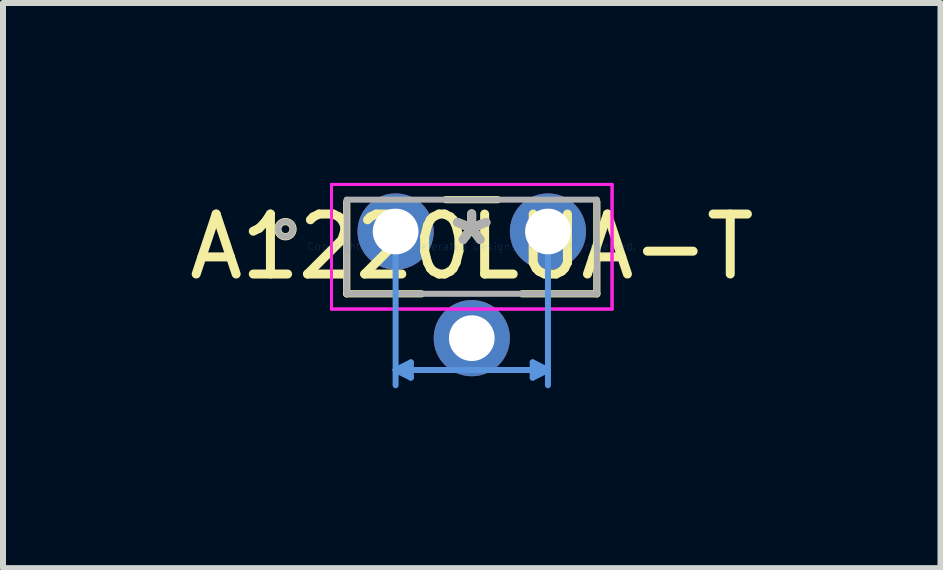
<source format=kicad_pcb>
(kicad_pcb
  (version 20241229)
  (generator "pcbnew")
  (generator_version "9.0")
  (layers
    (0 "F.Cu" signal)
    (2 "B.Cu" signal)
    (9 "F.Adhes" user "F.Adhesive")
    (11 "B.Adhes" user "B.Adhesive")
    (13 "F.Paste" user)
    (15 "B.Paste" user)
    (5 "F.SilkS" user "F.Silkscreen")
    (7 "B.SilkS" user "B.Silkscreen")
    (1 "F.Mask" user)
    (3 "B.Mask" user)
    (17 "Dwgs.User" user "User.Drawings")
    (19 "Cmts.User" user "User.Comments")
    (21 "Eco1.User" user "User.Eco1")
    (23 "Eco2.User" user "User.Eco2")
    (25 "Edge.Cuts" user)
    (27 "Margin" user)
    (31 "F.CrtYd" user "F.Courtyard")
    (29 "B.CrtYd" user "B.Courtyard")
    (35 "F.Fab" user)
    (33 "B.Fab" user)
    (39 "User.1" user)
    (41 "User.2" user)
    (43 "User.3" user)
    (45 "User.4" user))
  (footprint "A1220LUA-T"
    (layer "F.Cu")
    (at 4.814 1.06)
    (property "Reference" "A1220LUA-T" (at 0.002 0.004 0) (layer "F.SilkS") (effects (font (size 1 1) (thickness 0.15))))
    (attr through_hole)
    (fp_line (start -2.083 -0.744) (end -2.083 0.789) (stroke (width 0.12) (type solid)) (layer "F.SilkS"))
    (fp_line (start -2.083 0.789) (end -0.836 0.789) (stroke (width 0.12) (type solid)) (layer "F.SilkS"))
    (fp_line (start 0.434 -0.781) (end -0.431 -0.781) (stroke (width 0.12) (type solid)) (layer "F.SilkS"))
    (fp_line (start 0.839 0.789) (end 2.087 0.789) (stroke (width 0.12) (type solid)) (layer "F.SilkS"))
    (fp_line (start 2.087 0.789) (end 2.087 -0.744) (stroke (width 0.12) (type solid)) (layer "F.SilkS"))
    (fp_circle (center -3.105 -0.289) (end -2.978 -0.289) (stroke (width 0.12) (type solid)) (fill no) (layer "F.SilkS"))
    (fp_line (start -1.268 -0.377) (end -1.268 2.313) (stroke (width 0.1) (type solid)) (layer "Cmts.User"))
    (fp_line (start -1.268 2.059) (end -1.014 1.932) (stroke (width 0.1) (type solid)) (layer "Cmts.User"))
    (fp_line (start -1.014 1.932) (end -1.014 2.186) (stroke (width 0.1) (type solid)) (layer "Cmts.User"))
    (fp_line (start -1.014 2.186) (end -1.268 2.059) (stroke (width 0.1) (type solid)) (layer "Cmts.User"))
    (fp_line (start 1.018 1.932) (end 1.018 2.186) (stroke (width 0.1) (type solid)) (layer "Cmts.User"))
    (fp_line (start 1.018 2.186) (end 1.272 2.059) (stroke (width 0.1) (type solid)) (layer "Cmts.User"))
    (fp_line (start 1.272 -0.377) (end 1.272 2.313) (stroke (width 0.1) (type solid)) (layer "Cmts.User"))
    (fp_line (start 1.272 2.059) (end -1.268 2.059) (stroke (width 0.1) (type solid)) (layer "Cmts.User"))
    (fp_line (start 1.272 2.059) (end 1.018 1.932) (stroke (width 0.1) (type solid)) (layer "Cmts.User"))
    (fp_line (start -2.337 -1.035) (end -2.337 1.043) (stroke (width 0.05) (type solid)) (layer "F.CrtYd"))
    (fp_line (start -2.337 -1.035) (end -2.337 1.043) (stroke (width 0.05) (type solid)) (layer "F.CrtYd"))
    (fp_line (start -2.337 1.043) (end 2.341 1.043) (stroke (width 0.05) (type solid)) (layer "F.CrtYd"))
    (fp_line (start -2.337 1.043) (end 2.341 1.043) (stroke (width 0.05) (type solid)) (layer "F.CrtYd"))
    (fp_line (start 2.341 -1.035) (end -2.337 -1.035) (stroke (width 0.05) (type solid)) (layer "F.CrtYd"))
    (fp_line (start 2.341 -1.035) (end -2.337 -1.035) (stroke (width 0.05) (type solid)) (layer "F.CrtYd"))
    (fp_line (start 2.341 1.043) (end 2.341 -1.035) (stroke (width 0.05) (type solid)) (layer "F.CrtYd"))
    (fp_line (start 2.341 1.043) (end 2.341 -1.035) (stroke (width 0.05) (type solid)) (layer "F.CrtYd"))
    (fp_line (start -2.083 -0.781) (end -2.083 0.789) (stroke (width 0.1) (type solid)) (layer "F.Fab"))
    (fp_line (start -2.083 0.789) (end 2.087 0.789) (stroke (width 0.1) (type solid)) (layer "F.Fab"))
    (fp_line (start 2.087 -0.781) (end -2.083 -0.781) (stroke (width 0.1) (type solid)) (layer "F.Fab"))
    (fp_line (start 2.087 0.789) (end 2.087 -0.781) (stroke (width 0.1) (type solid)) (layer "F.Fab"))
    (fp_circle (center -3.105 -0.289) (end -2.978 -0.289) (stroke (width 0.1) (type solid)) (fill no) (layer "F.Fab"))
    (fp_text user "*" (at 0 0 0) (layer "F.SilkS") (effects (font (size 1 1) (thickness 0.15))))
    (fp_text user "Copyright 2021 Accelerated Designs. All rights reserved." (at 0 0 0) (layer "Cmts.User") (effects (font (size 0.127 0.127) (thickness 0.002))))
    (fp_text user "*" (at 0 0 0) (layer "F.Fab") (effects (font (size 1 1) (thickness 0.15))))
    (pad "1" thru_hole circle (at -1.268 -0.25) (size 1.27 1.27) (drill 0.762) (layers "*.Cu" "*.Mask"))
    (pad "2" thru_hole circle (at 0.002 1.528) (size 1.27 1.27) (drill 0.762) (layers "*.Cu" "*.Mask"))
    (pad "3" thru_hole circle (at 1.272 -0.25) (size 1.27 1.27) (drill 0.762) (layers "*.Cu" "*.Mask")))
  (gr_rect
    (start -3 -3)
    (end 12.631 6.423)
    (stroke (width 0.1) (type default))
    (fill no)
    (layer "Edge.Cuts")))
</source>
